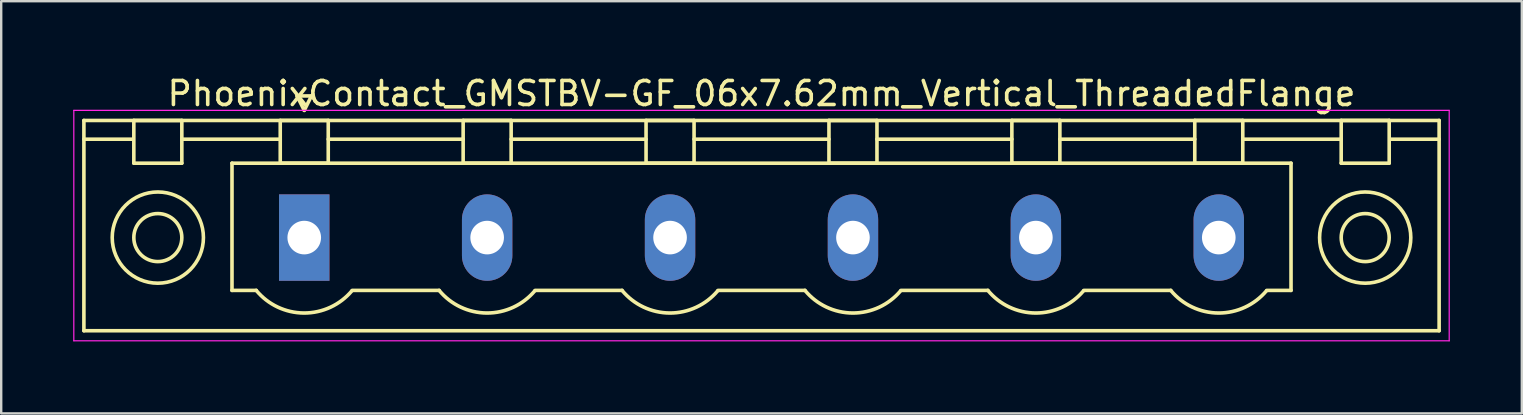
<source format=kicad_pcb>
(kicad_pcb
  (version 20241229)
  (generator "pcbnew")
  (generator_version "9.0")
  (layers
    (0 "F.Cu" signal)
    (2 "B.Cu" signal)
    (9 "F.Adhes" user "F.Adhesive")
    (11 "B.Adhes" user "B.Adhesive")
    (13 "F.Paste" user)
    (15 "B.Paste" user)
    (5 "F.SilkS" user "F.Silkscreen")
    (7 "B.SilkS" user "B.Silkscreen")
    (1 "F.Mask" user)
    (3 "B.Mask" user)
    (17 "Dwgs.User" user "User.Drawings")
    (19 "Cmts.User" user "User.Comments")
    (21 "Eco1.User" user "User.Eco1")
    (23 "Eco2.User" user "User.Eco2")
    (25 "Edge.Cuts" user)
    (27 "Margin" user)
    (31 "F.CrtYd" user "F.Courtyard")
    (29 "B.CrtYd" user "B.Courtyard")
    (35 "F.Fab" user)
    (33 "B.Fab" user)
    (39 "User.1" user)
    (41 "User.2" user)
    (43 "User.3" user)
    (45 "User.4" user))
  (footprint "PhoenixContact_GMSTBV-GF_06x7.62mm_Vertical_ThreadedFlange"
    (layer "F.Cu")
    (at 9.625 6.848)
    (property "Reference" "PhoenixContact_GMSTBV-GF_06x7.62mm_Vertical_ThreadedFlange" (at 19.05 -6 0) (layer "F.SilkS") (effects (font (size 1 1) (thickness 0.15))))
    (attr through_hole)
    (fp_line (start -9.18 -4.88) (end -9.18 3.88) (stroke (width 0.15) (type solid)) (layer "F.SilkS"))
    (fp_line (start -9.18 -4.1) (end -7.18 -4.1) (stroke (width 0.15) (type solid)) (layer "F.SilkS"))
    (fp_line (start -9.18 3.88) (end 47.28 3.88) (stroke (width 0.15) (type solid)) (layer "F.SilkS"))
    (fp_line (start -7.1 -4.88) (end -5.1 -4.88) (stroke (width 0.15) (type solid)) (layer "F.SilkS"))
    (fp_line (start -7.1 -3.1) (end -7.1 -4.88) (stroke (width 0.15) (type solid)) (layer "F.SilkS"))
    (fp_line (start -5.1 -4.88) (end -5.1 -3.1) (stroke (width 0.15) (type solid)) (layer "F.SilkS"))
    (fp_line (start -5.1 -4.1) (end -1 -4.1) (stroke (width 0.15) (type solid)) (layer "F.SilkS"))
    (fp_line (start -5.1 -3.1) (end -7.1 -3.1) (stroke (width 0.15) (type solid)) (layer "F.SilkS"))
    (fp_line (start -3.01 -3.1) (end 41.11 -3.1) (stroke (width 0.15) (type solid)) (layer "F.SilkS"))
    (fp_line (start -3.01 2.2) (end -3.01 -3.1) (stroke (width 0.15) (type solid)) (layer "F.SilkS"))
    (fp_line (start -2 2.2) (end -3.01 2.2) (stroke (width 0.15) (type solid)) (layer "F.SilkS"))
    (fp_line (start -1 -4.88) (end 1 -4.88) (stroke (width 0.15) (type solid)) (layer "F.SilkS"))
    (fp_line (start -1 -3.1) (end -1 -4.88) (stroke (width 0.15) (type solid)) (layer "F.SilkS"))
    (fp_line (start -0.3 -5.9) (end 0 -5.3) (stroke (width 0.15) (type solid)) (layer "F.SilkS"))
    (fp_line (start 0 -5.3) (end 0.3 -5.9) (stroke (width 0.15) (type solid)) (layer "F.SilkS"))
    (fp_line (start 0.3 -5.9) (end -0.3 -5.9) (stroke (width 0.15) (type solid)) (layer "F.SilkS"))
    (fp_line (start 1 -4.88) (end 1 -3.1) (stroke (width 0.15) (type solid)) (layer "F.SilkS"))
    (fp_line (start 1 -4.1) (end 6.62 -4.1) (stroke (width 0.15) (type solid)) (layer "F.SilkS"))
    (fp_line (start 1 -3.1) (end -1 -3.1) (stroke (width 0.15) (type solid)) (layer "F.SilkS"))
    (fp_line (start 2 2.2) (end 5.62 2.2) (stroke (width 0.15) (type solid)) (layer "F.SilkS"))
    (fp_line (start 6.62 -4.88) (end 8.62 -4.88) (stroke (width 0.15) (type solid)) (layer "F.SilkS"))
    (fp_line (start 6.62 -3.1) (end 6.62 -4.88) (stroke (width 0.15) (type solid)) (layer "F.SilkS"))
    (fp_line (start 8.62 -4.88) (end 8.62 -3.1) (stroke (width 0.15) (type solid)) (layer "F.SilkS"))
    (fp_line (start 8.62 -4.1) (end 14.24 -4.1) (stroke (width 0.15) (type solid)) (layer "F.SilkS"))
    (fp_line (start 8.62 -3.1) (end 6.62 -3.1) (stroke (width 0.15) (type solid)) (layer "F.SilkS"))
    (fp_line (start 9.62 2.2) (end 13.24 2.2) (stroke (width 0.15) (type solid)) (layer "F.SilkS"))
    (fp_line (start 14.24 -4.88) (end 16.24 -4.88) (stroke (width 0.15) (type solid)) (layer "F.SilkS"))
    (fp_line (start 14.24 -3.1) (end 14.24 -4.88) (stroke (width 0.15) (type solid)) (layer "F.SilkS"))
    (fp_line (start 16.24 -4.88) (end 16.24 -3.1) (stroke (width 0.15) (type solid)) (layer "F.SilkS"))
    (fp_line (start 16.24 -4.1) (end 21.86 -4.1) (stroke (width 0.15) (type solid)) (layer "F.SilkS"))
    (fp_line (start 16.24 -3.1) (end 14.24 -3.1) (stroke (width 0.15) (type solid)) (layer "F.SilkS"))
    (fp_line (start 17.24 2.2) (end 20.86 2.2) (stroke (width 0.15) (type solid)) (layer "F.SilkS"))
    (fp_line (start 21.86 -4.88) (end 23.86 -4.88) (stroke (width 0.15) (type solid)) (layer "F.SilkS"))
    (fp_line (start 21.86 -3.1) (end 21.86 -4.88) (stroke (width 0.15) (type solid)) (layer "F.SilkS"))
    (fp_line (start 23.86 -4.88) (end 23.86 -3.1) (stroke (width 0.15) (type solid)) (layer "F.SilkS"))
    (fp_line (start 23.86 -4.1) (end 29.48 -4.1) (stroke (width 0.15) (type solid)) (layer "F.SilkS"))
    (fp_line (start 23.86 -3.1) (end 21.86 -3.1) (stroke (width 0.15) (type solid)) (layer "F.SilkS"))
    (fp_line (start 24.86 2.2) (end 28.48 2.2) (stroke (width 0.15) (type solid)) (layer "F.SilkS"))
    (fp_line (start 29.48 -4.88) (end 31.48 -4.88) (stroke (width 0.15) (type solid)) (layer "F.SilkS"))
    (fp_line (start 29.48 -3.1) (end 29.48 -4.88) (stroke (width 0.15) (type solid)) (layer "F.SilkS"))
    (fp_line (start 31.48 -4.88) (end 31.48 -3.1) (stroke (width 0.15) (type solid)) (layer "F.SilkS"))
    (fp_line (start 31.48 -4.1) (end 37.1 -4.1) (stroke (width 0.15) (type solid)) (layer "F.SilkS"))
    (fp_line (start 31.48 -3.1) (end 29.48 -3.1) (stroke (width 0.15) (type solid)) (layer "F.SilkS"))
    (fp_line (start 32.48 2.2) (end 36.1 2.2) (stroke (width 0.15) (type solid)) (layer "F.SilkS"))
    (fp_line (start 37.1 -4.88) (end 39.1 -4.88) (stroke (width 0.15) (type solid)) (layer "F.SilkS"))
    (fp_line (start 37.1 -3.1) (end 37.1 -4.88) (stroke (width 0.15) (type solid)) (layer "F.SilkS"))
    (fp_line (start 39.1 -4.88) (end 39.1 -3.1) (stroke (width 0.15) (type solid)) (layer "F.SilkS"))
    (fp_line (start 39.1 -4.1) (end 43.2 -4.1) (stroke (width 0.15) (type solid)) (layer "F.SilkS"))
    (fp_line (start 39.1 -3.1) (end 37.1 -3.1) (stroke (width 0.15) (type solid)) (layer "F.SilkS"))
    (fp_line (start 41.11 -3.1) (end 41.11 2.2) (stroke (width 0.15) (type solid)) (layer "F.SilkS"))
    (fp_line (start 41.11 2.2) (end 40.1 2.2) (stroke (width 0.15) (type solid)) (layer "F.SilkS"))
    (fp_line (start 43.2 -4.88) (end 45.2 -4.88) (stroke (width 0.15) (type solid)) (layer "F.SilkS"))
    (fp_line (start 43.2 -3.1) (end 43.2 -4.88) (stroke (width 0.15) (type solid)) (layer "F.SilkS"))
    (fp_line (start 45.2 -4.88) (end 45.2 -3.1) (stroke (width 0.15) (type solid)) (layer "F.SilkS"))
    (fp_line (start 45.2 -3.1) (end 43.2 -3.1) (stroke (width 0.15) (type solid)) (layer "F.SilkS"))
    (fp_line (start 47.28 -4.88) (end -9.18 -4.88) (stroke (width 0.15) (type solid)) (layer "F.SilkS"))
    (fp_line (start 47.28 -4.1) (end 45.28 -4.1) (stroke (width 0.15) (type solid)) (layer "F.SilkS"))
    (fp_line (start 47.28 3.88) (end 47.28 -4.88) (stroke (width 0.15) (type solid)) (layer "F.SilkS"))
    (fp_arc (start 1.986842 2.215821) (mid -0.010289 3.142758) (end -2 2.2) (stroke (width 0.15) (type solid)) (layer "F.SilkS"))
    (fp_arc (start 9.606842 2.215821) (mid 7.609711 3.142758) (end 5.62 2.2) (stroke (width 0.15) (type solid)) (layer "F.SilkS"))
    (fp_arc (start 17.226842 2.215821) (mid 15.229711 3.142758) (end 13.24 2.2) (stroke (width 0.15) (type solid)) (layer "F.SilkS"))
    (fp_arc (start 24.846842 2.215821) (mid 22.849711 3.142758) (end 20.86 2.2) (stroke (width 0.15) (type solid)) (layer "F.SilkS"))
    (fp_arc (start 32.466842 2.215821) (mid 30.469711 3.142758) (end 28.48 2.2) (stroke (width 0.15) (type solid)) (layer "F.SilkS"))
    (fp_arc (start 40.086842 2.215821) (mid 38.089711 3.142758) (end 36.1 2.2) (stroke (width 0.15) (type solid)) (layer "F.SilkS"))
    (fp_circle (center -6.1 0) (end -5.1 0) (stroke (width 0.15) (type solid)) (fill no) (layer "F.SilkS"))
    (fp_circle (center -6.1 0) (end -4.2 0) (stroke (width 0.15) (type solid)) (fill no) (layer "F.SilkS"))
    (fp_circle (center 44.2 0) (end 45.2 0) (stroke (width 0.15) (type solid)) (fill no) (layer "F.SilkS"))
    (fp_circle (center 44.2 0) (end 46.1 0) (stroke (width 0.15) (type solid)) (fill no) (layer "F.SilkS"))
    (fp_line (start -9.6 -5.3) (end -9.6 4.3) (stroke (width 0.05) (type solid)) (layer "F.CrtYd"))
    (fp_line (start -9.6 4.3) (end 47.7 4.3) (stroke (width 0.05) (type solid)) (layer "F.CrtYd"))
    (fp_line (start 47.7 -5.3) (end -9.6 -5.3) (stroke (width 0.05) (type solid)) (layer "F.CrtYd"))
    (fp_line (start 47.7 4.3) (end 47.7 -5.3) (stroke (width 0.05) (type solid)) (layer "F.CrtYd"))
    (pad "1" thru_hole rect (at 0 0) (size 2.1 3.6) (drill 1.4) (layers "*.Cu" "*.Mask"))
    (pad "2" thru_hole oval (at 7.62 0) (size 2.1 3.6) (drill 1.4) (layers "*.Cu" "*.Mask"))
    (pad "3" thru_hole oval (at 15.24 0) (size 2.1 3.6) (drill 1.4) (layers "*.Cu" "*.Mask"))
    (pad "4" thru_hole oval (at 22.86 0) (size 2.1 3.6) (drill 1.4) (layers "*.Cu" "*.Mask"))
    (pad "5" thru_hole oval (at 30.48 0) (size 2.1 3.6) (drill 1.4) (layers "*.Cu" "*.Mask"))
    (pad "6" thru_hole oval (at 38.1 0) (size 2.1 3.6) (drill 1.4) (layers "*.Cu" "*.Mask")))
  (gr_rect
    (start -3 -3)
    (end 60.35 14.173)
    (stroke (width 0.1) (type default))
    (fill no)
    (layer "Edge.Cuts")))
</source>
